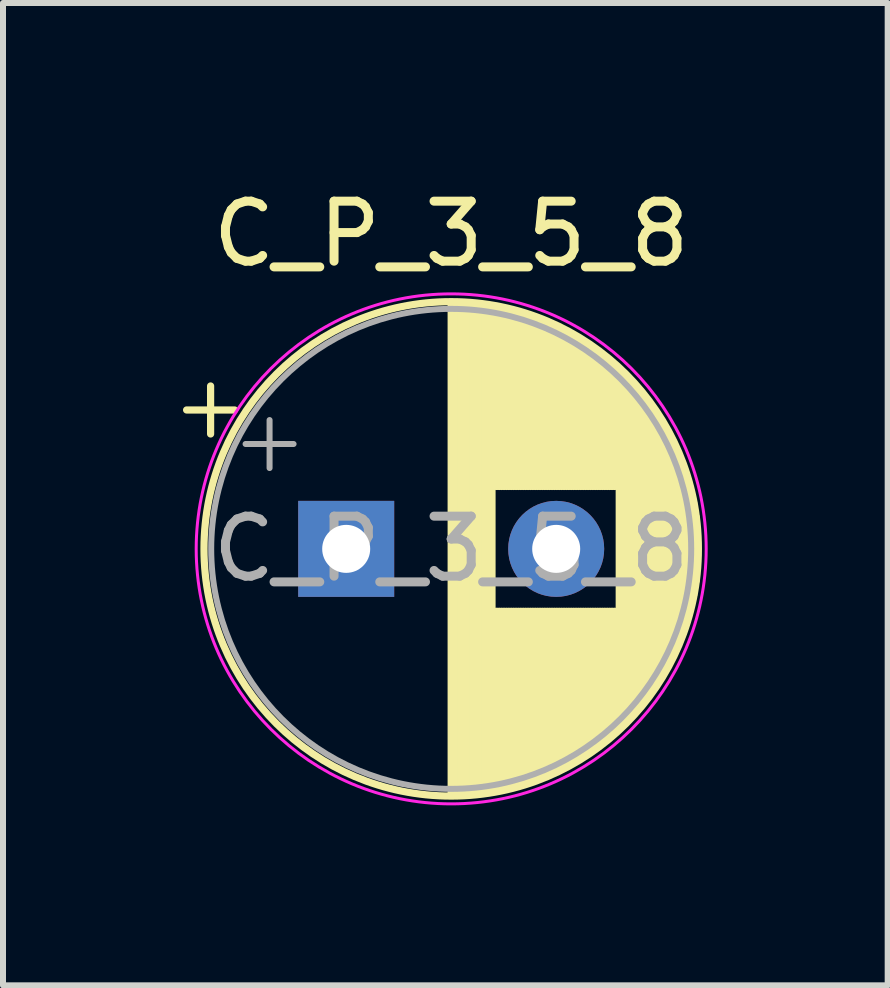
<source format=kicad_pcb>
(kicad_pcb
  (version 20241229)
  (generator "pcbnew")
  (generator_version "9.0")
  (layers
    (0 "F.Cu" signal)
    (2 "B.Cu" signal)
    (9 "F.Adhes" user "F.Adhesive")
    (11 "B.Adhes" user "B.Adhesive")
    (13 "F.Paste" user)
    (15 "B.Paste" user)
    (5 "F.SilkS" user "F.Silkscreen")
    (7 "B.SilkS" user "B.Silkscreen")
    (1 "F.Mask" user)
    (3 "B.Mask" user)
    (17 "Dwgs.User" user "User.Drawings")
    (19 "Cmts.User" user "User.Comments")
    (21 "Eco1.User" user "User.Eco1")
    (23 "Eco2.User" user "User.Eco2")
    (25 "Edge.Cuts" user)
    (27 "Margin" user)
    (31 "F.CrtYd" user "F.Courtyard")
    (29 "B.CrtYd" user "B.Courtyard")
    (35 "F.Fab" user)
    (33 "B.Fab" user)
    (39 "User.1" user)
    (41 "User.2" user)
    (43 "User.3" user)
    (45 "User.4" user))
  (footprint "C_P_3_5_8"
    (layer "F.Cu")
    (at 2.72 6.098)
    (property "Reference" "C_P_3_5_8" (at 1.75 -5.25 0) (layer "F.SilkS") (effects (font (size 1 1) (thickness 0.15))))
    (attr through_hole)
    (fp_line (start -2.66 -2.315) (end -1.86 -2.315) (stroke (width 0.12) (type solid)) (layer "F.SilkS"))
    (fp_line (start -2.26 -2.715) (end -2.26 -1.915) (stroke (width 0.12) (type solid)) (layer "F.SilkS"))
    (fp_line (start 1.75 -4.08) (end 1.75 4.08) (stroke (width 0.12) (type solid)) (layer "F.SilkS"))
    (fp_line (start 1.79 -4.08) (end 1.79 4.08) (stroke (width 0.12) (type solid)) (layer "F.SilkS"))
    (fp_line (start 1.83 -4.08) (end 1.83 4.08) (stroke (width 0.12) (type solid)) (layer "F.SilkS"))
    (fp_line (start 1.87 -4.079) (end 1.87 4.079) (stroke (width 0.12) (type solid)) (layer "F.SilkS"))
    (fp_line (start 1.91 -4.077) (end 1.91 4.077) (stroke (width 0.12) (type solid)) (layer "F.SilkS"))
    (fp_line (start 1.95 -4.076) (end 1.95 4.076) (stroke (width 0.12) (type solid)) (layer "F.SilkS"))
    (fp_line (start 1.99 -4.074) (end 1.99 4.074) (stroke (width 0.12) (type solid)) (layer "F.SilkS"))
    (fp_line (start 2.03 -4.071) (end 2.03 4.071) (stroke (width 0.12) (type solid)) (layer "F.SilkS"))
    (fp_line (start 2.07 -4.068) (end 2.07 4.068) (stroke (width 0.12) (type solid)) (layer "F.SilkS"))
    (fp_line (start 2.11 -4.065) (end 2.11 4.065) (stroke (width 0.12) (type solid)) (layer "F.SilkS"))
    (fp_line (start 2.15 -4.061) (end 2.15 4.061) (stroke (width 0.12) (type solid)) (layer "F.SilkS"))
    (fp_line (start 2.19 -4.057) (end 2.19 4.057) (stroke (width 0.12) (type solid)) (layer "F.SilkS"))
    (fp_line (start 2.23 -4.052) (end 2.23 4.052) (stroke (width 0.12) (type solid)) (layer "F.SilkS"))
    (fp_line (start 2.27 -4.048) (end 2.27 4.048) (stroke (width 0.12) (type solid)) (layer "F.SilkS"))
    (fp_line (start 2.31 -4.042) (end 2.31 4.042) (stroke (width 0.12) (type solid)) (layer "F.SilkS"))
    (fp_line (start 2.35 -4.037) (end 2.35 4.037) (stroke (width 0.12) (type solid)) (layer "F.SilkS"))
    (fp_line (start 2.39 -4.03) (end 2.39 4.03) (stroke (width 0.12) (type solid)) (layer "F.SilkS"))
    (fp_line (start 2.43 -4.024) (end 2.43 4.024) (stroke (width 0.12) (type solid)) (layer "F.SilkS"))
    (fp_line (start 2.471 -4.017) (end 2.471 -1.04) (stroke (width 0.12) (type solid)) (layer "F.SilkS"))
    (fp_line (start 2.471 1.04) (end 2.471 4.017) (stroke (width 0.12) (type solid)) (layer "F.SilkS"))
    (fp_line (start 2.511 -4.01) (end 2.511 -1.04) (stroke (width 0.12) (type solid)) (layer "F.SilkS"))
    (fp_line (start 2.511 1.04) (end 2.511 4.01) (stroke (width 0.12) (type solid)) (layer "F.SilkS"))
    (fp_line (start 2.551 -4.002) (end 2.551 -1.04) (stroke (width 0.12) (type solid)) (layer "F.SilkS"))
    (fp_line (start 2.551 1.04) (end 2.551 4.002) (stroke (width 0.12) (type solid)) (layer "F.SilkS"))
    (fp_line (start 2.591 -3.994) (end 2.591 -1.04) (stroke (width 0.12) (type solid)) (layer "F.SilkS"))
    (fp_line (start 2.591 1.04) (end 2.591 3.994) (stroke (width 0.12) (type solid)) (layer "F.SilkS"))
    (fp_line (start 2.631 -3.985) (end 2.631 -1.04) (stroke (width 0.12) (type solid)) (layer "F.SilkS"))
    (fp_line (start 2.631 1.04) (end 2.631 3.985) (stroke (width 0.12) (type solid)) (layer "F.SilkS"))
    (fp_line (start 2.671 -3.976) (end 2.671 -1.04) (stroke (width 0.12) (type solid)) (layer "F.SilkS"))
    (fp_line (start 2.671 1.04) (end 2.671 3.976) (stroke (width 0.12) (type solid)) (layer "F.SilkS"))
    (fp_line (start 2.711 -3.967) (end 2.711 -1.04) (stroke (width 0.12) (type solid)) (layer "F.SilkS"))
    (fp_line (start 2.711 1.04) (end 2.711 3.967) (stroke (width 0.12) (type solid)) (layer "F.SilkS"))
    (fp_line (start 2.751 -3.957) (end 2.751 -1.04) (stroke (width 0.12) (type solid)) (layer "F.SilkS"))
    (fp_line (start 2.751 1.04) (end 2.751 3.957) (stroke (width 0.12) (type solid)) (layer "F.SilkS"))
    (fp_line (start 2.791 -3.947) (end 2.791 -1.04) (stroke (width 0.12) (type solid)) (layer "F.SilkS"))
    (fp_line (start 2.791 1.04) (end 2.791 3.947) (stroke (width 0.12) (type solid)) (layer "F.SilkS"))
    (fp_line (start 2.831 -3.936) (end 2.831 -1.04) (stroke (width 0.12) (type solid)) (layer "F.SilkS"))
    (fp_line (start 2.831 1.04) (end 2.831 3.936) (stroke (width 0.12) (type solid)) (layer "F.SilkS"))
    (fp_line (start 2.871 -3.925) (end 2.871 -1.04) (stroke (width 0.12) (type solid)) (layer "F.SilkS"))
    (fp_line (start 2.871 1.04) (end 2.871 3.925) (stroke (width 0.12) (type solid)) (layer "F.SilkS"))
    (fp_line (start 2.911 -3.914) (end 2.911 -1.04) (stroke (width 0.12) (type solid)) (layer "F.SilkS"))
    (fp_line (start 2.911 1.04) (end 2.911 3.914) (stroke (width 0.12) (type solid)) (layer "F.SilkS"))
    (fp_line (start 2.951 -3.902) (end 2.951 -1.04) (stroke (width 0.12) (type solid)) (layer "F.SilkS"))
    (fp_line (start 2.951 1.04) (end 2.951 3.902) (stroke (width 0.12) (type solid)) (layer "F.SilkS"))
    (fp_line (start 2.991 -3.889) (end 2.991 -1.04) (stroke (width 0.12) (type solid)) (layer "F.SilkS"))
    (fp_line (start 2.991 1.04) (end 2.991 3.889) (stroke (width 0.12) (type solid)) (layer "F.SilkS"))
    (fp_line (start 3.031 -3.877) (end 3.031 -1.04) (stroke (width 0.12) (type solid)) (layer "F.SilkS"))
    (fp_line (start 3.031 1.04) (end 3.031 3.877) (stroke (width 0.12) (type solid)) (layer "F.SilkS"))
    (fp_line (start 3.071 -3.863) (end 3.071 -1.04) (stroke (width 0.12) (type solid)) (layer "F.SilkS"))
    (fp_line (start 3.071 1.04) (end 3.071 3.863) (stroke (width 0.12) (type solid)) (layer "F.SilkS"))
    (fp_line (start 3.111 -3.85) (end 3.111 -1.04) (stroke (width 0.12) (type solid)) (layer "F.SilkS"))
    (fp_line (start 3.111 1.04) (end 3.111 3.85) (stroke (width 0.12) (type solid)) (layer "F.SilkS"))
    (fp_line (start 3.151 -3.835) (end 3.151 -1.04) (stroke (width 0.12) (type solid)) (layer "F.SilkS"))
    (fp_line (start 3.151 1.04) (end 3.151 3.835) (stroke (width 0.12) (type solid)) (layer "F.SilkS"))
    (fp_line (start 3.191 -3.821) (end 3.191 -1.04) (stroke (width 0.12) (type solid)) (layer "F.SilkS"))
    (fp_line (start 3.191 1.04) (end 3.191 3.821) (stroke (width 0.12) (type solid)) (layer "F.SilkS"))
    (fp_line (start 3.231 -3.805) (end 3.231 -1.04) (stroke (width 0.12) (type solid)) (layer "F.SilkS"))
    (fp_line (start 3.231 1.04) (end 3.231 3.805) (stroke (width 0.12) (type solid)) (layer "F.SilkS"))
    (fp_line (start 3.271 -3.79) (end 3.271 -1.04) (stroke (width 0.12) (type solid)) (layer "F.SilkS"))
    (fp_line (start 3.271 1.04) (end 3.271 3.79) (stroke (width 0.12) (type solid)) (layer "F.SilkS"))
    (fp_line (start 3.311 -3.774) (end 3.311 -1.04) (stroke (width 0.12) (type solid)) (layer "F.SilkS"))
    (fp_line (start 3.311 1.04) (end 3.311 3.774) (stroke (width 0.12) (type solid)) (layer "F.SilkS"))
    (fp_line (start 3.351 -3.757) (end 3.351 -1.04) (stroke (width 0.12) (type solid)) (layer "F.SilkS"))
    (fp_line (start 3.351 1.04) (end 3.351 3.757) (stroke (width 0.12) (type solid)) (layer "F.SilkS"))
    (fp_line (start 3.391 -3.74) (end 3.391 -1.04) (stroke (width 0.12) (type solid)) (layer "F.SilkS"))
    (fp_line (start 3.391 1.04) (end 3.391 3.74) (stroke (width 0.12) (type solid)) (layer "F.SilkS"))
    (fp_line (start 3.431 -3.722) (end 3.431 -1.04) (stroke (width 0.12) (type solid)) (layer "F.SilkS"))
    (fp_line (start 3.431 1.04) (end 3.431 3.722) (stroke (width 0.12) (type solid)) (layer "F.SilkS"))
    (fp_line (start 3.471 -3.704) (end 3.471 -1.04) (stroke (width 0.12) (type solid)) (layer "F.SilkS"))
    (fp_line (start 3.471 1.04) (end 3.471 3.704) (stroke (width 0.12) (type solid)) (layer "F.SilkS"))
    (fp_line (start 3.511 -3.686) (end 3.511 -1.04) (stroke (width 0.12) (type solid)) (layer "F.SilkS"))
    (fp_line (start 3.511 1.04) (end 3.511 3.686) (stroke (width 0.12) (type solid)) (layer "F.SilkS"))
    (fp_line (start 3.551 -3.666) (end 3.551 -1.04) (stroke (width 0.12) (type solid)) (layer "F.SilkS"))
    (fp_line (start 3.551 1.04) (end 3.551 3.666) (stroke (width 0.12) (type solid)) (layer "F.SilkS"))
    (fp_line (start 3.591 -3.647) (end 3.591 -1.04) (stroke (width 0.12) (type solid)) (layer "F.SilkS"))
    (fp_line (start 3.591 1.04) (end 3.591 3.647) (stroke (width 0.12) (type solid)) (layer "F.SilkS"))
    (fp_line (start 3.631 -3.627) (end 3.631 -1.04) (stroke (width 0.12) (type solid)) (layer "F.SilkS"))
    (fp_line (start 3.631 1.04) (end 3.631 3.627) (stroke (width 0.12) (type solid)) (layer "F.SilkS"))
    (fp_line (start 3.671 -3.606) (end 3.671 -1.04) (stroke (width 0.12) (type solid)) (layer "F.SilkS"))
    (fp_line (start 3.671 1.04) (end 3.671 3.606) (stroke (width 0.12) (type solid)) (layer "F.SilkS"))
    (fp_line (start 3.711 -3.584) (end 3.711 -1.04) (stroke (width 0.12) (type solid)) (layer "F.SilkS"))
    (fp_line (start 3.711 1.04) (end 3.711 3.584) (stroke (width 0.12) (type solid)) (layer "F.SilkS"))
    (fp_line (start 3.751 -3.562) (end 3.751 -1.04) (stroke (width 0.12) (type solid)) (layer "F.SilkS"))
    (fp_line (start 3.751 1.04) (end 3.751 3.562) (stroke (width 0.12) (type solid)) (layer "F.SilkS"))
    (fp_line (start 3.791 -3.54) (end 3.791 -1.04) (stroke (width 0.12) (type solid)) (layer "F.SilkS"))
    (fp_line (start 3.791 1.04) (end 3.791 3.54) (stroke (width 0.12) (type solid)) (layer "F.SilkS"))
    (fp_line (start 3.831 -3.517) (end 3.831 -1.04) (stroke (width 0.12) (type solid)) (layer "F.SilkS"))
    (fp_line (start 3.831 1.04) (end 3.831 3.517) (stroke (width 0.12) (type solid)) (layer "F.SilkS"))
    (fp_line (start 3.871 -3.493) (end 3.871 -1.04) (stroke (width 0.12) (type solid)) (layer "F.SilkS"))
    (fp_line (start 3.871 1.04) (end 3.871 3.493) (stroke (width 0.12) (type solid)) (layer "F.SilkS"))
    (fp_line (start 3.911 -3.469) (end 3.911 -1.04) (stroke (width 0.12) (type solid)) (layer "F.SilkS"))
    (fp_line (start 3.911 1.04) (end 3.911 3.469) (stroke (width 0.12) (type solid)) (layer "F.SilkS"))
    (fp_line (start 3.951 -3.444) (end 3.951 -1.04) (stroke (width 0.12) (type solid)) (layer "F.SilkS"))
    (fp_line (start 3.951 1.04) (end 3.951 3.444) (stroke (width 0.12) (type solid)) (layer "F.SilkS"))
    (fp_line (start 3.991 -3.418) (end 3.991 -1.04) (stroke (width 0.12) (type solid)) (layer "F.SilkS"))
    (fp_line (start 3.991 1.04) (end 3.991 3.418) (stroke (width 0.12) (type solid)) (layer "F.SilkS"))
    (fp_line (start 4.031 -3.392) (end 4.031 -1.04) (stroke (width 0.12) (type solid)) (layer "F.SilkS"))
    (fp_line (start 4.031 1.04) (end 4.031 3.392) (stroke (width 0.12) (type solid)) (layer "F.SilkS"))
    (fp_line (start 4.071 -3.365) (end 4.071 -1.04) (stroke (width 0.12) (type solid)) (layer "F.SilkS"))
    (fp_line (start 4.071 1.04) (end 4.071 3.365) (stroke (width 0.12) (type solid)) (layer "F.SilkS"))
    (fp_line (start 4.111 -3.338) (end 4.111 -1.04) (stroke (width 0.12) (type solid)) (layer "F.SilkS"))
    (fp_line (start 4.111 1.04) (end 4.111 3.338) (stroke (width 0.12) (type solid)) (layer "F.SilkS"))
    (fp_line (start 4.151 -3.309) (end 4.151 -1.04) (stroke (width 0.12) (type solid)) (layer "F.SilkS"))
    (fp_line (start 4.151 1.04) (end 4.151 3.309) (stroke (width 0.12) (type solid)) (layer "F.SilkS"))
    (fp_line (start 4.191 -3.28) (end 4.191 -1.04) (stroke (width 0.12) (type solid)) (layer "F.SilkS"))
    (fp_line (start 4.191 1.04) (end 4.191 3.28) (stroke (width 0.12) (type solid)) (layer "F.SilkS"))
    (fp_line (start 4.231 -3.25) (end 4.231 -1.04) (stroke (width 0.12) (type solid)) (layer "F.SilkS"))
    (fp_line (start 4.231 1.04) (end 4.231 3.25) (stroke (width 0.12) (type solid)) (layer "F.SilkS"))
    (fp_line (start 4.271 -3.22) (end 4.271 -1.04) (stroke (width 0.12) (type solid)) (layer "F.SilkS"))
    (fp_line (start 4.271 1.04) (end 4.271 3.22) (stroke (width 0.12) (type solid)) (layer "F.SilkS"))
    (fp_line (start 4.311 -3.189) (end 4.311 -1.04) (stroke (width 0.12) (type solid)) (layer "F.SilkS"))
    (fp_line (start 4.311 1.04) (end 4.311 3.189) (stroke (width 0.12) (type solid)) (layer "F.SilkS"))
    (fp_line (start 4.351 -3.156) (end 4.351 -1.04) (stroke (width 0.12) (type solid)) (layer "F.SilkS"))
    (fp_line (start 4.351 1.04) (end 4.351 3.156) (stroke (width 0.12) (type solid)) (layer "F.SilkS"))
    (fp_line (start 4.391 -3.124) (end 4.391 -1.04) (stroke (width 0.12) (type solid)) (layer "F.SilkS"))
    (fp_line (start 4.391 1.04) (end 4.391 3.124) (stroke (width 0.12) (type solid)) (layer "F.SilkS"))
    (fp_line (start 4.431 -3.09) (end 4.431 -1.04) (stroke (width 0.12) (type solid)) (layer "F.SilkS"))
    (fp_line (start 4.431 1.04) (end 4.431 3.09) (stroke (width 0.12) (type solid)) (layer "F.SilkS"))
    (fp_line (start 4.471 -3.055) (end 4.471 -1.04) (stroke (width 0.12) (type solid)) (layer "F.SilkS"))
    (fp_line (start 4.471 1.04) (end 4.471 3.055) (stroke (width 0.12) (type solid)) (layer "F.SilkS"))
    (fp_line (start 4.511 -3.019) (end 4.511 -1.04) (stroke (width 0.12) (type solid)) (layer "F.SilkS"))
    (fp_line (start 4.511 1.04) (end 4.511 3.019) (stroke (width 0.12) (type solid)) (layer "F.SilkS"))
    (fp_line (start 4.551 -2.983) (end 4.551 2.983) (stroke (width 0.12) (type solid)) (layer "F.SilkS"))
    (fp_line (start 4.591 -2.945) (end 4.591 2.945) (stroke (width 0.12) (type solid)) (layer "F.SilkS"))
    (fp_line (start 4.631 -2.907) (end 4.631 2.907) (stroke (width 0.12) (type solid)) (layer "F.SilkS"))
    (fp_line (start 4.671 -2.867) (end 4.671 2.867) (stroke (width 0.12) (type solid)) (layer "F.SilkS"))
    (fp_line (start 4.711 -2.826) (end 4.711 2.826) (stroke (width 0.12) (type solid)) (layer "F.SilkS"))
    (fp_line (start 4.751 -2.784) (end 4.751 2.784) (stroke (width 0.12) (type solid)) (layer "F.SilkS"))
    (fp_line (start 4.791 -2.741) (end 4.791 2.741) (stroke (width 0.12) (type solid)) (layer "F.SilkS"))
    (fp_line (start 4.831 -2.697) (end 4.831 2.697) (stroke (width 0.12) (type solid)) (layer "F.SilkS"))
    (fp_line (start 4.871 -2.651) (end 4.871 2.651) (stroke (width 0.12) (type solid)) (layer "F.SilkS"))
    (fp_line (start 4.911 -2.604) (end 4.911 2.604) (stroke (width 0.12) (type solid)) (layer "F.SilkS"))
    (fp_line (start 4.951 -2.556) (end 4.951 2.556) (stroke (width 0.12) (type solid)) (layer "F.SilkS"))
    (fp_line (start 4.991 -2.505) (end 4.991 2.505) (stroke (width 0.12) (type solid)) (layer "F.SilkS"))
    (fp_line (start 5.031 -2.454) (end 5.031 2.454) (stroke (width 0.12) (type solid)) (layer "F.SilkS"))
    (fp_line (start 5.071 -2.4) (end 5.071 2.4) (stroke (width 0.12) (type solid)) (layer "F.SilkS"))
    (fp_line (start 5.111 -2.345) (end 5.111 2.345) (stroke (width 0.12) (type solid)) (layer "F.SilkS"))
    (fp_line (start 5.151 -2.287) (end 5.151 2.287) (stroke (width 0.12) (type solid)) (layer "F.SilkS"))
    (fp_line (start 5.191 -2.228) (end 5.191 2.228) (stroke (width 0.12) (type solid)) (layer "F.SilkS"))
    (fp_line (start 5.231 -2.166) (end 5.231 2.166) (stroke (width 0.12) (type solid)) (layer "F.SilkS"))
    (fp_line (start 5.271 -2.102) (end 5.271 2.102) (stroke (width 0.12) (type solid)) (layer "F.SilkS"))
    (fp_line (start 5.311 -2.034) (end 5.311 2.034) (stroke (width 0.12) (type solid)) (layer "F.SilkS"))
    (fp_line (start 5.351 -1.964) (end 5.351 1.964) (stroke (width 0.12) (type solid)) (layer "F.SilkS"))
    (fp_line (start 5.391 -1.89) (end 5.391 1.89) (stroke (width 0.12) (type solid)) (layer "F.SilkS"))
    (fp_line (start 5.431 -1.813) (end 5.431 1.813) (stroke (width 0.12) (type solid)) (layer "F.SilkS"))
    (fp_line (start 5.471 -1.731) (end 5.471 1.731) (stroke (width 0.12) (type solid)) (layer "F.SilkS"))
    (fp_line (start 5.511 -1.645) (end 5.511 1.645) (stroke (width 0.12) (type solid)) (layer "F.SilkS"))
    (fp_line (start 5.551 -1.552) (end 5.551 1.552) (stroke (width 0.12) (type solid)) (layer "F.SilkS"))
    (fp_line (start 5.591 -1.453) (end 5.591 1.453) (stroke (width 0.12) (type solid)) (layer "F.SilkS"))
    (fp_line (start 5.631 -1.346) (end 5.631 1.346) (stroke (width 0.12) (type solid)) (layer "F.SilkS"))
    (fp_line (start 5.671 -1.229) (end 5.671 1.229) (stroke (width 0.12) (type solid)) (layer "F.SilkS"))
    (fp_line (start 5.711 -1.098) (end 5.711 1.098) (stroke (width 0.12) (type solid)) (layer "F.SilkS"))
    (fp_line (start 5.751 -0.948) (end 5.751 0.948) (stroke (width 0.12) (type solid)) (layer "F.SilkS"))
    (fp_line (start 5.791 -0.768) (end 5.791 0.768) (stroke (width 0.12) (type solid)) (layer "F.SilkS"))
    (fp_line (start 5.831 -0.533) (end 5.831 0.533) (stroke (width 0.12) (type solid)) (layer "F.SilkS"))
    (fp_circle (center 1.75 0) (end 5.87 0) (stroke (width 0.12) (type solid)) (fill no) (layer "F.SilkS"))
    (fp_circle (center 1.75 0) (end 6 0) (stroke (width 0.05) (type solid)) (fill no) (layer "F.CrtYd"))
    (fp_line (start -1.677 -1.748) (end -0.877 -1.748) (stroke (width 0.1) (type solid)) (layer "F.Fab"))
    (fp_line (start -1.277 -2.147) (end -1.277 -1.347) (stroke (width 0.1) (type solid)) (layer "F.Fab"))
    (fp_circle (center 1.75 0) (end 5.75 0) (stroke (width 0.1) (type solid)) (fill no) (layer "F.Fab"))
    (fp_text user "${REFERENCE}" (at 1.75 0 0) (layer "F.Fab") (effects (font (size 1 1) (thickness 0.15))))
    (pad "1" thru_hole rect (at 0 0) (size 1.6 1.6) (drill 0.8) (layers "*.Cu" "*.Mask"))
    (pad "2" thru_hole circle (at 3.5 0) (size 1.6 1.6) (drill 0.8) (layers "*.Cu" "*.Mask")))
  (gr_rect
    (start -3 -3)
    (end 11.745 13.373)
    (stroke (width 0.1) (type default))
    (fill no)
    (layer "Edge.Cuts")))
</source>
